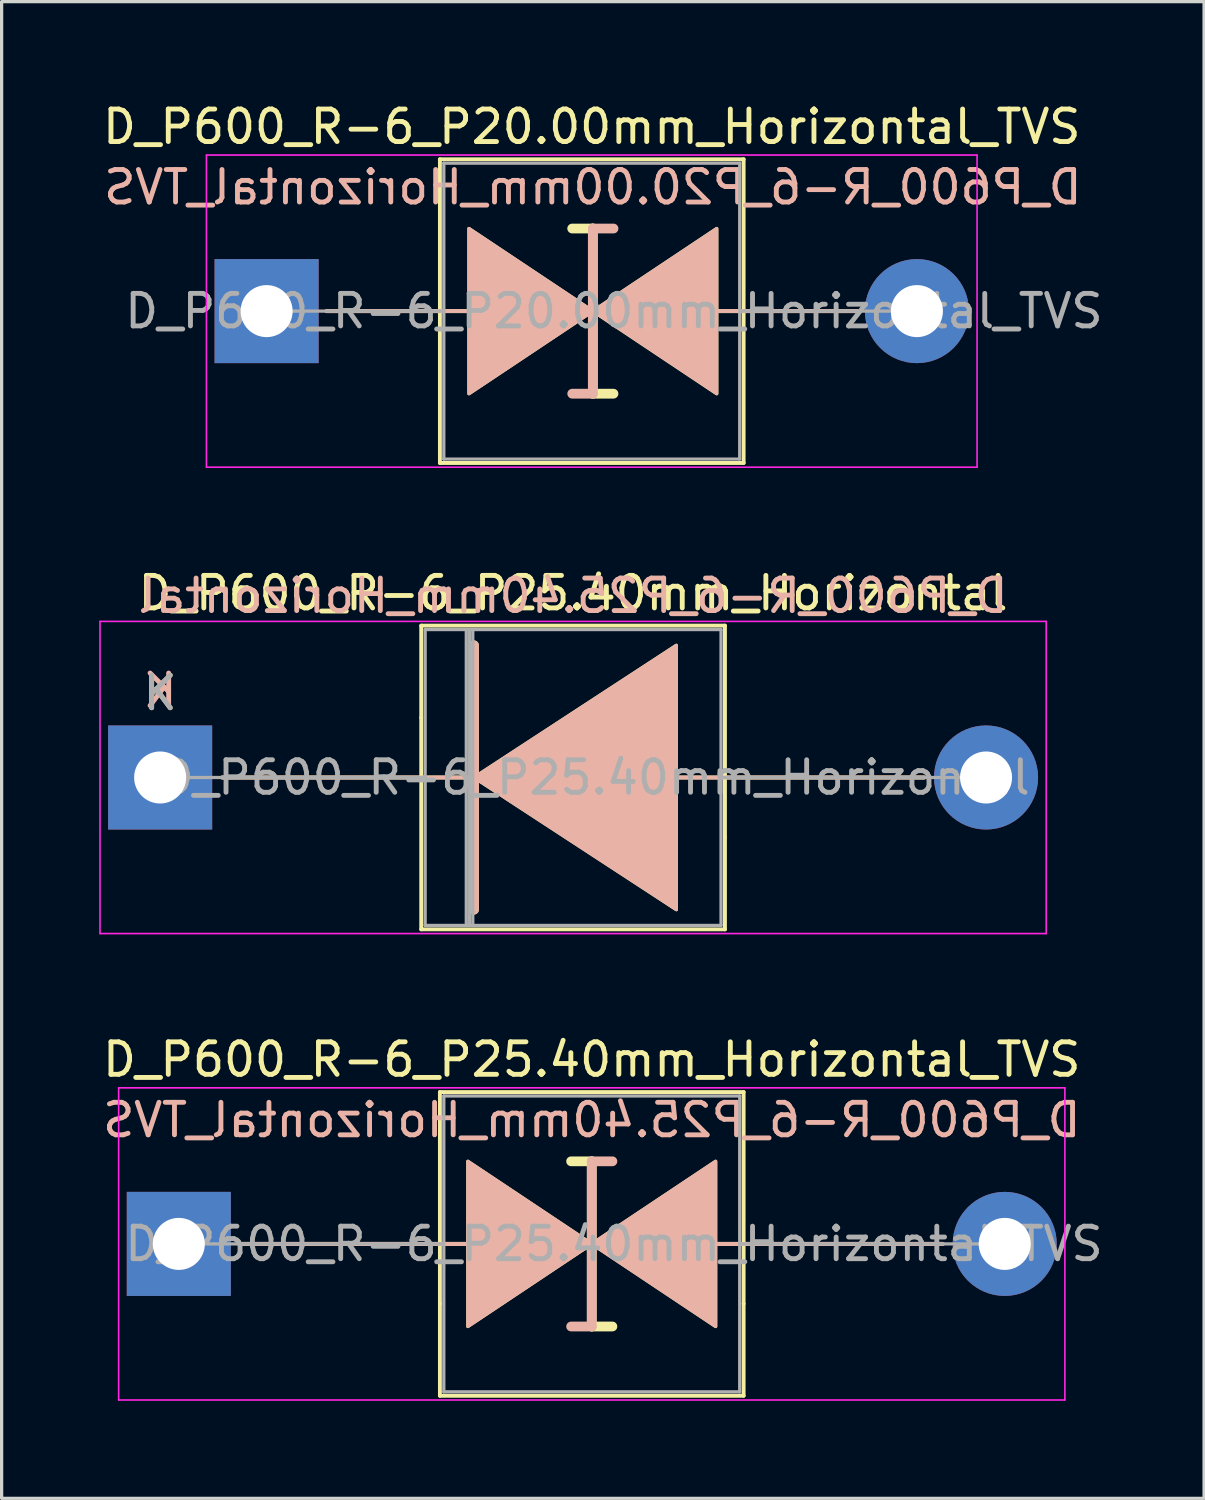
<source format=kicad_pcb>
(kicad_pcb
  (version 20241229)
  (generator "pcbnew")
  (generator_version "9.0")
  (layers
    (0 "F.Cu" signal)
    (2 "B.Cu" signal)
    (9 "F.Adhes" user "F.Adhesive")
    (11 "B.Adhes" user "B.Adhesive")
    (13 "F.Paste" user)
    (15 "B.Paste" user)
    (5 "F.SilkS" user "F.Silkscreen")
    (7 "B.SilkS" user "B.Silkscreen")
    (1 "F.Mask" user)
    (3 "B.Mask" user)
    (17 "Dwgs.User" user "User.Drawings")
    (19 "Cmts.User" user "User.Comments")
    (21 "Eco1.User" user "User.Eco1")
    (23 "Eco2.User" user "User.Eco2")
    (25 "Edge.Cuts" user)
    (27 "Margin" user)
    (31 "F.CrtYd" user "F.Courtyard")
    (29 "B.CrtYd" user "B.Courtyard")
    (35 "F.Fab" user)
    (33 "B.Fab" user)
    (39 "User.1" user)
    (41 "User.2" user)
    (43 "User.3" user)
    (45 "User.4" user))
  (footprint "D_P600_R-6_P20.00mm_Horizontal_TVS"
    (layer "F.Cu")
    (at 5.149 6.518)
    (property "Reference" "D_P600_R-6_P20.00mm_Horizontal_TVS" (at 10 -5.67 0) (layer "F.SilkS") (effects (font (size 1 1) (thickness 0.15))))
    (fp_line (start 1.84 0) (end 5.33 0) (stroke (width 0.12) (type solid)) (layer "F.SilkS"))
    (fp_line (start 5.33 -4.67) (end 5.33 4.67) (stroke (width 0.12) (type solid)) (layer "F.SilkS"))
    (fp_line (start 5.33 0) (end 6.223 0) (stroke (width 0.12) (type solid)) (layer "F.SilkS"))
    (fp_line (start 5.33 4.67) (end 14.67 4.67) (stroke (width 0.12) (type solid)) (layer "F.SilkS"))
    (fp_line (start 10.033 -2.54) (end 9.398 -2.54) (stroke (width 0.3) (type solid)) (layer "F.SilkS"))
    (fp_line (start 10.033 2.54) (end 10.033 -2.54) (stroke (width 0.3) (type solid)) (layer "F.SilkS"))
    (fp_line (start 10.668 2.54) (end 10.033 2.54) (stroke (width 0.3) (type solid)) (layer "F.SilkS"))
    (fp_line (start 14.67 -4.67) (end 5.33 -4.67) (stroke (width 0.12) (type solid)) (layer "F.SilkS"))
    (fp_line (start 14.67 0) (end 13.843 0) (stroke (width 0.12) (type solid)) (layer "F.SilkS"))
    (fp_line (start 14.67 4.67) (end 14.67 -4.67) (stroke (width 0.12) (type solid)) (layer "F.SilkS"))
    (fp_line (start 18.16 0) (end 14.67 0) (stroke (width 0.12) (type solid)) (layer "F.SilkS"))
    (fp_poly (pts (xy 10.033 0) (xy 6.223 2.54) (xy 6.223 -2.54)) (stroke (width 0.1) (type solid)) (fill yes) (layer "F.SilkS"))
    (fp_poly (pts (xy 10.033 0) (xy 13.843 -2.54) (xy 13.843 2.54)) (stroke (width 0.1) (type solid)) (fill yes) (layer "F.SilkS"))
    (fp_line (start 1.841 0) (end 5.331 0) (stroke (width 0.12) (type solid)) (layer "B.SilkS"))
    (fp_line (start 5.331 0) (end 6.224 0) (stroke (width 0.12) (type solid)) (layer "B.SilkS"))
    (fp_line (start 10.034 -2.54) (end 10.034 2.54) (stroke (width 0.3) (type solid)) (layer "B.SilkS"))
    (fp_line (start 10.034 2.54) (end 9.399 2.54) (stroke (width 0.3) (type solid)) (layer "B.SilkS"))
    (fp_line (start 10.669 -2.54) (end 10.034 -2.54) (stroke (width 0.3) (type solid)) (layer "B.SilkS"))
    (fp_line (start 14.671 0) (end 13.844 0) (stroke (width 0.12) (type solid)) (layer "B.SilkS"))
    (fp_line (start 18.161 0) (end 14.671 0) (stroke (width 0.12) (type solid)) (layer "B.SilkS"))
    (fp_poly (pts (xy 10.034 0) (xy 6.224 -2.54) (xy 6.224 2.54)) (stroke (width 0.1) (type solid)) (fill yes) (layer "B.SilkS"))
    (fp_poly (pts (xy 10.034 0) (xy 13.844 2.54) (xy 13.844 -2.54)) (stroke (width 0.1) (type solid)) (fill yes) (layer "B.SilkS"))
    (fp_line (start -1.85 -4.8) (end -1.85 4.8) (stroke (width 0.05) (type solid)) (layer "F.CrtYd"))
    (fp_line (start -1.85 4.8) (end 21.85 4.8) (stroke (width 0.05) (type solid)) (layer "F.CrtYd"))
    (fp_line (start 21.85 -4.8) (end -1.85 -4.8) (stroke (width 0.05) (type solid)) (layer "F.CrtYd"))
    (fp_line (start 21.85 4.8) (end 21.85 -4.8) (stroke (width 0.05) (type solid)) (layer "F.CrtYd"))
    (fp_line (start 0 0) (end 5.45 0) (stroke (width 0.1) (type solid)) (layer "F.Fab"))
    (fp_line (start 5.45 -4.55) (end 5.45 4.55) (stroke (width 0.1) (type solid)) (layer "F.Fab"))
    (fp_line (start 5.45 4.55) (end 14.55 4.55) (stroke (width 0.1) (type solid)) (layer "F.Fab"))
    (fp_line (start 14.55 -4.55) (end 5.45 -4.55) (stroke (width 0.1) (type solid)) (layer "F.Fab"))
    (fp_line (start 14.55 4.55) (end 14.55 -4.55) (stroke (width 0.1) (type solid)) (layer "F.Fab"))
    (fp_line (start 20 0) (end 14.55 0) (stroke (width 0.1) (type solid)) (layer "F.Fab"))
    (fp_text user "${REFERENCE}" (at 10.033 -3.81 0) (layer "B.SilkS") (effects (font (size 1 1) (thickness 0.15)) (justify mirror)))
    (fp_text user "${REFERENCE}" (at 10.682 0 0) (layer "F.Fab") (effects (font (size 1 1) (thickness 0.15))))
    (pad "1" thru_hole rect (at 0 0) (size 3.2 3.2) (drill 1.6) (layers "*.Cu" "*.Mask"))
    (pad "2" thru_hole oval (at 20 0) (size 3.2 3.2) (drill 1.6) (layers "*.Cu" "*.Mask")))
  (footprint "D_P600_R-6_P25.40mm_Horizontal_TVS"
    (layer "F.Cu")
    (at 2.449 35.205)
    (property "Reference" "D_P600_R-6_P25.40mm_Horizontal_TVS" (at 12.7 -5.67 0) (layer "F.SilkS") (effects (font (size 1 1) (thickness 0.15))))
    (fp_line (start 1.905 0) (end 8.89 0) (stroke (width 0.12) (type solid)) (layer "F.SilkS"))
    (fp_line (start 8.03 -4.67) (end 17.37 -4.67) (stroke (width 0.12) (type solid)) (layer "F.SilkS"))
    (fp_line (start 8.03 1.84) (end 8.03 -4.67) (stroke (width 0.12) (type solid)) (layer "F.SilkS"))
    (fp_line (start 8.03 1.84) (end 8.03 4.67) (stroke (width 0.12) (type solid)) (layer "F.SilkS"))
    (fp_line (start 8.03 4.67) (end 17.37 4.67) (stroke (width 0.12) (type solid)) (layer "F.SilkS"))
    (fp_line (start 12.7 -2.54) (end 12.065 -2.54) (stroke (width 0.3) (type solid)) (layer "F.SilkS"))
    (fp_line (start 12.7 2.54) (end 12.7 -2.54) (stroke (width 0.3) (type solid)) (layer "F.SilkS"))
    (fp_line (start 13.335 2.54) (end 12.7 2.54) (stroke (width 0.3) (type solid)) (layer "F.SilkS"))
    (fp_line (start 17.37 -4.67) (end 17.37 1.84) (stroke (width 0.12) (type solid)) (layer "F.SilkS"))
    (fp_line (start 17.37 4.67) (end 17.37 1.84) (stroke (width 0.12) (type solid)) (layer "F.SilkS"))
    (fp_line (start 23.495 0) (end 16.51 0) (stroke (width 0.12) (type solid)) (layer "F.SilkS"))
    (fp_poly (pts (xy 12.7 0) (xy 8.89 2.54) (xy 8.89 -2.54)) (stroke (width 0.1) (type solid)) (fill yes) (layer "F.SilkS"))
    (fp_poly (pts (xy 12.7 0) (xy 16.51 -2.54) (xy 16.51 2.54)) (stroke (width 0.1) (type solid)) (fill yes) (layer "F.SilkS"))
    (fp_line (start 1.905 0) (end 8.89 0) (stroke (width 0.12) (type solid)) (layer "B.SilkS"))
    (fp_line (start 12.7 -2.54) (end 12.7 2.54) (stroke (width 0.3) (type solid)) (layer "B.SilkS"))
    (fp_line (start 12.7 2.54) (end 12.065 2.54) (stroke (width 0.3) (type solid)) (layer "B.SilkS"))
    (fp_line (start 13.335 -2.54) (end 12.7 -2.54) (stroke (width 0.3) (type solid)) (layer "B.SilkS"))
    (fp_line (start 23.495 0) (end 16.51 0) (stroke (width 0.12) (type solid)) (layer "B.SilkS"))
    (fp_poly (pts (xy 12.7 0) (xy 8.89 -2.54) (xy 8.89 2.54)) (stroke (width 0.1) (type solid)) (fill yes) (layer "B.SilkS"))
    (fp_poly (pts (xy 12.7 0) (xy 16.51 2.54) (xy 16.51 -2.54)) (stroke (width 0.1) (type solid)) (fill yes) (layer "B.SilkS"))
    (fp_line (start -1.85 -4.8) (end -1.85 4.8) (stroke (width 0.05) (type solid)) (layer "F.CrtYd"))
    (fp_line (start -1.85 4.8) (end 27.25 4.8) (stroke (width 0.05) (type solid)) (layer "F.CrtYd"))
    (fp_line (start 27.25 -4.8) (end -1.85 -4.8) (stroke (width 0.05) (type solid)) (layer "F.CrtYd"))
    (fp_line (start 27.25 4.8) (end 27.25 -4.8) (stroke (width 0.05) (type solid)) (layer "F.CrtYd"))
    (fp_line (start 0 0) (end 8.15 0) (stroke (width 0.1) (type solid)) (layer "F.Fab"))
    (fp_line (start 8.15 -4.55) (end 8.15 4.55) (stroke (width 0.1) (type solid)) (layer "F.Fab"))
    (fp_line (start 8.15 4.55) (end 17.25 4.55) (stroke (width 0.1) (type solid)) (layer "F.Fab"))
    (fp_line (start 17.25 -4.55) (end 8.15 -4.55) (stroke (width 0.1) (type solid)) (layer "F.Fab"))
    (fp_line (start 17.25 4.55) (end 17.25 -4.55) (stroke (width 0.1) (type solid)) (layer "F.Fab"))
    (fp_line (start 25.4 0) (end 17.25 0) (stroke (width 0.1) (type solid)) (layer "F.Fab"))
    (fp_text user "${REFERENCE}" (at 12.7 -3.81 0) (layer "B.SilkS") (effects (font (size 1 1) (thickness 0.15)) (justify mirror)))
    (fp_text user "${REFERENCE}" (at 13.383 0 0) (layer "F.Fab") (effects (font (size 1 1) (thickness 0.15))))
    (pad "1" thru_hole rect (at 0 0) (size 3.2 3.2) (drill 1.6) (layers "*.Cu" "*.Mask"))
    (pad "2" thru_hole oval (at 25.4 0) (size 3.2 3.2) (drill 1.6) (layers "*.Cu" "*.Mask")))
  (footprint "D_P600_R-6_P25.40mm_Horizontal"
    (layer "F.Cu")
    (at 1.875 20.861)
    (property "Reference" "D_P600_R-6_P25.40mm_Horizontal" (at 12.7 -5.67 0) (layer "F.SilkS") (effects (font (size 1 1) (thickness 0.15))))
    (fp_line (start 8.03 -4.67) (end 17.37 -4.67) (stroke (width 0.12) (type solid)) (layer "F.SilkS"))
    (fp_line (start 8.03 -1.84) (end 8.03 -4.67) (stroke (width 0.12) (type solid)) (layer "F.SilkS"))
    (fp_line (start 8.03 -1.84) (end 8.03 4.67) (stroke (width 0.12) (type solid)) (layer "F.SilkS"))
    (fp_line (start 8.03 4.67) (end 17.37 4.67) (stroke (width 0.12) (type solid)) (layer "F.SilkS"))
    (fp_line (start 9.525 0) (end 1.905 0) (stroke (width 0.12) (type solid)) (layer "F.SilkS"))
    (fp_line (start 9.652 -4.064) (end 9.652 4.064) (stroke (width 0.3) (type solid)) (layer "F.SilkS"))
    (fp_line (start 15.748 0) (end 23.495 0) (stroke (width 0.12) (type solid)) (layer "F.SilkS"))
    (fp_line (start 17.37 -4.67) (end 17.37 1.84) (stroke (width 0.12) (type solid)) (layer "F.SilkS"))
    (fp_line (start 17.37 4.67) (end 17.37 1.84) (stroke (width 0.12) (type solid)) (layer "F.SilkS"))
    (fp_poly (pts (xy 15.875 4.064) (xy 9.652 0) (xy 15.875 -4.064)) (stroke (width 0.1) (type solid)) (fill yes) (layer "F.SilkS"))
    (fp_line (start 9.525 0) (end 1.905 0) (stroke (width 0.12) (type solid)) (layer "B.SilkS"))
    (fp_line (start 9.652 4.064) (end 9.652 -4.064) (stroke (width 0.3) (type solid)) (layer "B.SilkS"))
    (fp_line (start 15.748 0) (end 23.495 0) (stroke (width 0.12) (type solid)) (layer "B.SilkS"))
    (fp_poly (pts (xy 15.875 -4.064) (xy 9.652 0) (xy 15.875 4.064)) (stroke (width 0.1) (type solid)) (fill yes) (layer "B.SilkS"))
    (fp_line (start -1.85 -4.8) (end -1.85 4.8) (stroke (width 0.05) (type solid)) (layer "F.CrtYd"))
    (fp_line (start -1.85 4.8) (end 27.25 4.8) (stroke (width 0.05) (type solid)) (layer "F.CrtYd"))
    (fp_line (start 27.25 -4.8) (end -1.85 -4.8) (stroke (width 0.05) (type solid)) (layer "F.CrtYd"))
    (fp_line (start 27.25 4.8) (end 27.25 -4.8) (stroke (width 0.05) (type solid)) (layer "F.CrtYd"))
    (fp_line (start 0 0) (end 8.15 0) (stroke (width 0.1) (type solid)) (layer "F.Fab"))
    (fp_line (start 8.15 -4.55) (end 8.15 4.55) (stroke (width 0.1) (type solid)) (layer "F.Fab"))
    (fp_line (start 8.15 4.55) (end 17.25 4.55) (stroke (width 0.1) (type solid)) (layer "F.Fab"))
    (fp_line (start 9.415 -4.55) (end 9.415 4.55) (stroke (width 0.1) (type solid)) (layer "F.Fab"))
    (fp_line (start 9.515 -4.55) (end 9.515 4.55) (stroke (width 0.1) (type solid)) (layer "F.Fab"))
    (fp_line (start 9.615 -4.55) (end 9.615 4.55) (stroke (width 0.1) (type solid)) (layer "F.Fab"))
    (fp_line (start 17.25 -4.55) (end 8.15 -4.55) (stroke (width 0.1) (type solid)) (layer "F.Fab"))
    (fp_line (start 17.25 4.55) (end 17.25 -4.55) (stroke (width 0.1) (type solid)) (layer "F.Fab"))
    (fp_line (start 25.4 0) (end 17.25 0) (stroke (width 0.1) (type solid)) (layer "F.Fab"))
    (fp_text user "K" (at 0 -2.6 0) (layer "F.SilkS") (effects (font (size 1 1) (thickness 0.15))))
    (fp_text user "${REFERENCE}" (at 12.7 -5.588 0) (layer "B.SilkS") (effects (font (size 1 1) (thickness 0.15)) (justify mirror)))
    (fp_text user "K" (at 0 -2.667 0) (layer "B.SilkS") (effects (font (size 1 1) (thickness 0.15)) (justify mirror)))
    (fp_text user "K" (at 0 -2.6 0) (layer "F.Fab") (effects (font (size 1 1) (thickness 0.15))))
    (fp_text user "${REFERENCE}" (at 13.383 0 0) (layer "F.Fab") (effects (font (size 1 1) (thickness 0.15))))
    (pad "1" thru_hole rect (at 0 0) (size 3.2 3.2) (drill 1.6) (layers "*.Cu" "*.Mask"))
    (pad "2" thru_hole oval (at 25.4 0) (size 3.2 3.2) (drill 1.6) (layers "*.Cu" "*.Mask")))
  (gr_rect
    (start -3 -3)
    (end 33.98 43.03)
    (stroke (width 0.1) (type default))
    (fill no)
    (layer "Edge.Cuts")))
</source>
